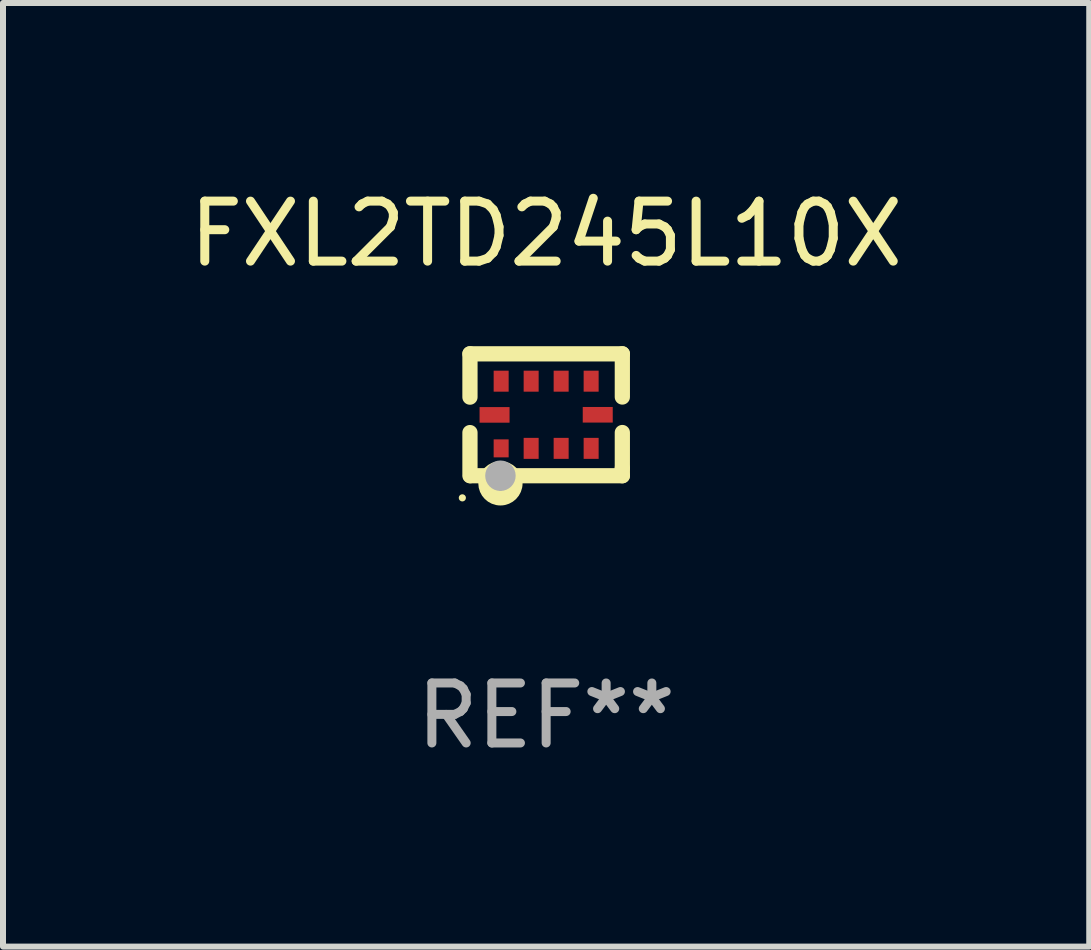
<source format=kicad_pcb>
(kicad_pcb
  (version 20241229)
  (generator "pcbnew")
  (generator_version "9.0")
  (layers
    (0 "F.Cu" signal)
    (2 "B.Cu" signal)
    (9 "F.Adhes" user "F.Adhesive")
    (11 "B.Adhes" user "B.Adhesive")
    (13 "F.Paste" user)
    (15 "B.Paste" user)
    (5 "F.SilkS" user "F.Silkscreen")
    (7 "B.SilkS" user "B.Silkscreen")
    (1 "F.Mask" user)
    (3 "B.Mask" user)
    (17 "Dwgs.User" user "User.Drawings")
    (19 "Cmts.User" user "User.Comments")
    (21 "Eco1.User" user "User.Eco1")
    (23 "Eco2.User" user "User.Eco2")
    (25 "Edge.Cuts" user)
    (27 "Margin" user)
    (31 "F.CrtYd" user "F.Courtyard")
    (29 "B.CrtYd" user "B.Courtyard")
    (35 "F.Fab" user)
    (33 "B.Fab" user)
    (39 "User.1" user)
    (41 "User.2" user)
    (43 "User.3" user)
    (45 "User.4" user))
  (footprint "FXL2TD245L10X"
    (layer "F.Cu")
    (at 6.054 3.864)
    (property "Reference" "FXL2TD245L10X" (at 0 -3.016 0) (layer "F.SilkS") (effects (font (size 1 1) (thickness 0.15))))
    (attr through_hole)
    (fp_line (start -1.27 -1.016) (end -1.27 -0.294) (stroke (width 0.254) (type solid)) (layer "F.SilkS"))
    (fp_line (start -1.27 -1.016) (end 1.27 -1.016) (stroke (width 0.254) (type solid)) (layer "F.SilkS"))
    (fp_line (start -1.27 0.297) (end -1.27 1.016) (stroke (width 0.254) (type solid)) (layer "F.SilkS"))
    (fp_line (start 1.27 -1.016) (end 1.27 -0.296) (stroke (width 0.254) (type solid)) (layer "F.SilkS"))
    (fp_line (start 1.27 0.296) (end 1.27 0.889) (stroke (width 0.254) (type solid)) (layer "F.SilkS"))
    (fp_line (start 1.27 0.889) (end 1.27 1.016) (stroke (width 0.254) (type solid)) (layer "F.SilkS"))
    (fp_line (start 1.27 1.016) (end -1.261 1.016) (stroke (width 0.254) (type solid)) (layer "F.SilkS"))
    (fp_circle (center -1.397 1.385) (end -1.367 1.385) (stroke (width 0.06) (type solid)) (fill no) (layer "F.SilkS"))
    (fp_circle (center -0.762 1.143) (end -0.647 1.143) (stroke (width 0.254) (type solid)) (fill no) (layer "F.SilkS"))
    (fp_circle (center -0.762 1.016) (end -0.635 1.016) (stroke (width 0.254) (type solid)) (fill no) (layer "F.Fab"))
    (fp_text user "REF**" (at 0 5.016 0) (layer "F.Fab") (effects (font (size 1 1) (thickness 0.15))))
    (pad "1" smd rect (at -0.75 0.56 90) (size 0.3 0.25) (layers "F.Cu" "F.Mask" "F.Paste"))
    (pad "2" smd rect (at -0.25 0.56 270) (size 0.35 0.25) (layers "F.Cu" "F.Mask" "F.Paste"))
    (pad "3" smd rect (at 0.25 0.56 90) (size 0.35 0.25) (layers "F.Cu" "F.Mask" "F.Paste"))
    (pad "4" smd rect (at 0.75 0.56 90) (size 0.35 0.25) (layers "F.Cu" "F.Mask" "F.Paste"))
    (pad "5" smd rect (at 0.86 0 90) (size 0.26 0.5) (layers "F.Cu" "F.Mask" "F.Paste"))
    (pad "6" smd rect (at 0.75 -0.56 270) (size 0.35 0.25) (layers "F.Cu" "F.Mask" "F.Paste"))
    (pad "7" smd rect (at 0.25 -0.56 270) (size 0.35 0.25) (layers "F.Cu" "F.Mask" "F.Paste"))
    (pad "8" smd rect (at -0.25 -0.56 90) (size 0.35 0.25) (layers "F.Cu" "F.Mask" "F.Paste"))
    (pad "9" smd rect (at -0.75 -0.56 270) (size 0.35 0.25) (layers "F.Cu" "F.Mask" "F.Paste"))
    (pad "10" smd rect (at -0.86 0.002 270) (size 0.26 0.5) (layers "F.Cu" "F.Mask" "F.Paste")))
  (gr_rect
    (start -3 -3)
    (end 15.107 12.729)
    (stroke (width 0.1) (type default))
    (fill no)
    (layer "Edge.Cuts")))
</source>
